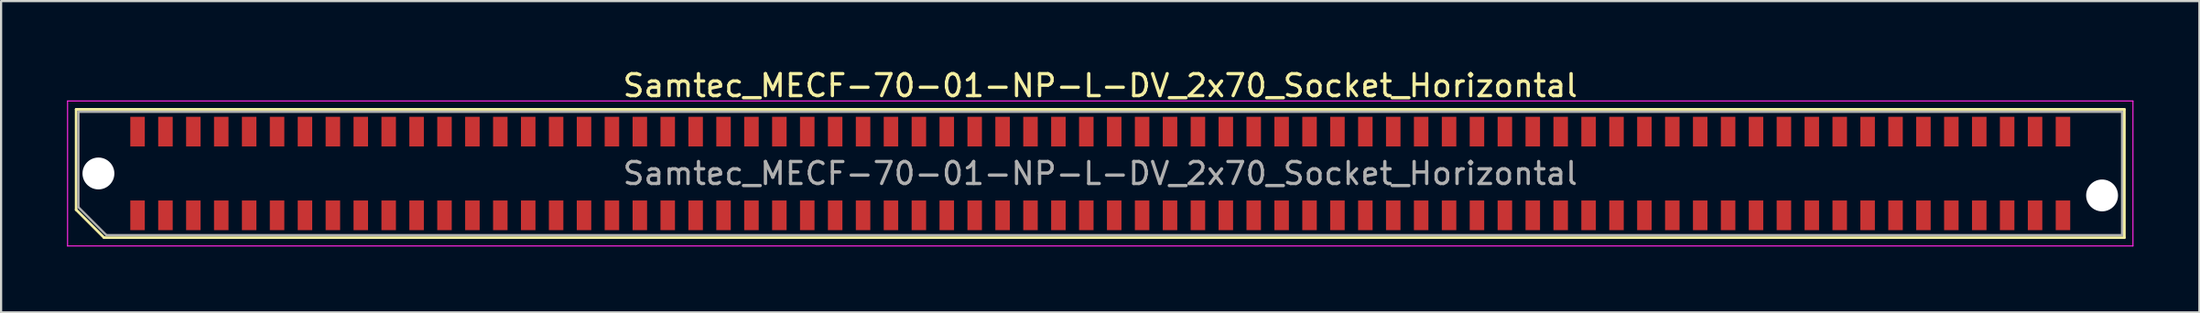
<source format=kicad_pcb>
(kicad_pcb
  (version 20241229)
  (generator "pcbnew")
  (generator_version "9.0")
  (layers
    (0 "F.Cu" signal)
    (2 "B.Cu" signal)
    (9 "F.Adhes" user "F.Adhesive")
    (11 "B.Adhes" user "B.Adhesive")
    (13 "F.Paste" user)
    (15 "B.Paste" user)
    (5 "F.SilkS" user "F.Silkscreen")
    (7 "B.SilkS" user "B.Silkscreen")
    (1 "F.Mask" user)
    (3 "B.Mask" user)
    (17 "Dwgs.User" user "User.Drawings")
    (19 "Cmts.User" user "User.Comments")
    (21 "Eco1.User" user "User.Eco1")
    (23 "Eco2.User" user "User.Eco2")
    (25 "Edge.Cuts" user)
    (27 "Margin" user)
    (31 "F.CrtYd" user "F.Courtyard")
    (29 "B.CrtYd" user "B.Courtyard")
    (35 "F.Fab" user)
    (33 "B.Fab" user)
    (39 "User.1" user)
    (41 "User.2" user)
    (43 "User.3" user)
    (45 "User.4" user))
  (footprint "Samtec_MECF-70-01-NP-L-DV_2x70_Socket_Horizontal"
    (layer "F.Cu")
    (at 47.025 4.848)
    (property "Reference" "Samtec_MECF-70-01-NP-L-DV_2x70_Socket_Horizontal" (at 0 -4 0) (layer "F.SilkS") (effects (font (size 1 1) (thickness 0.15))))
    (attr smd)
    (fp_line (start -46.61 -2.92) (end 46.61 -2.92) (stroke (width 0.12) (type solid)) (layer "F.SilkS"))
    (fp_line (start -46.61 1.65) (end -46.61 -2.92) (stroke (width 0.12) (type solid)) (layer "F.SilkS"))
    (fp_line (start -45.34 2.92) (end -46.61 1.65) (stroke (width 0.12) (type solid)) (layer "F.SilkS"))
    (fp_line (start -45.34 2.92) (end 46.61 2.92) (stroke (width 0.12) (type solid)) (layer "F.SilkS"))
    (fp_line (start 46.61 2.92) (end 46.61 -2.92) (stroke (width 0.12) (type solid)) (layer "F.SilkS"))
    (fp_line (start -47 -3.3) (end -47 3.3) (stroke (width 0.05) (type solid)) (layer "F.CrtYd"))
    (fp_line (start -47 3.3) (end 47 3.3) (stroke (width 0.05) (type solid)) (layer "F.CrtYd"))
    (fp_line (start 47 -3.3) (end -47 -3.3) (stroke (width 0.05) (type solid)) (layer "F.CrtYd"))
    (fp_line (start 47 3.3) (end 47 -3.3) (stroke (width 0.05) (type solid)) (layer "F.CrtYd"))
    (fp_line (start -46.505 -2.805) (end 46.505 -2.805) (stroke (width 0.1) (type solid)) (layer "F.Fab"))
    (fp_line (start -46.505 1.535) (end -46.505 -2.805) (stroke (width 0.1) (type solid)) (layer "F.Fab"))
    (fp_line (start -46.505 1.535) (end -45.235 2.805) (stroke (width 0.1) (type solid)) (layer "F.Fab"))
    (fp_line (start -45.235 2.805) (end 46.505 2.805) (stroke (width 0.1) (type solid)) (layer "F.Fab"))
    (fp_line (start 46.505 2.805) (end 46.505 -2.805) (stroke (width 0.1) (type solid)) (layer "F.Fab"))
    (fp_text user "${REFERENCE}" (at 0 0 0) (layer "F.Fab") (effects (font (size 1 1) (thickness 0.15))))
    (pad "" np_thru_hole circle (at -45.595 0) (size 1.45 1.45) (drill 1.45) (layers "*.Cu" "*.Mask"))
    (pad "" np_thru_hole circle (at 45.595 1) (size 1.45 1.45) (drill 1.45) (layers "*.Cu" "*.Mask"))
    (pad "1" smd rect (at -43.815 1.905) (size 0.66 1.35) (layers "F.Cu" "F.Mask" "F.Paste"))
    (pad "2" smd rect (at -43.815 -1.905) (size 0.66 1.35) (layers "F.Cu" "F.Mask" "F.Paste"))
    (pad "3" smd rect (at -42.545 1.905) (size 0.66 1.35) (layers "F.Cu" "F.Mask" "F.Paste"))
    (pad "4" smd rect (at -42.545 -1.905) (size 0.66 1.35) (layers "F.Cu" "F.Mask" "F.Paste"))
    (pad "5" smd rect (at -41.275 1.905) (size 0.66 1.35) (layers "F.Cu" "F.Mask" "F.Paste"))
    (pad "6" smd rect (at -41.275 -1.905) (size 0.66 1.35) (layers "F.Cu" "F.Mask" "F.Paste"))
    (pad "7" smd rect (at -40.005 1.905) (size 0.66 1.35) (layers "F.Cu" "F.Mask" "F.Paste"))
    (pad "8" smd rect (at -40.005 -1.905) (size 0.66 1.35) (layers "F.Cu" "F.Mask" "F.Paste"))
    (pad "9" smd rect (at -38.735 1.905) (size 0.66 1.35) (layers "F.Cu" "F.Mask" "F.Paste"))
    (pad "10" smd rect (at -38.735 -1.905) (size 0.66 1.35) (layers "F.Cu" "F.Mask" "F.Paste"))
    (pad "11" smd rect (at -37.465 1.905) (size 0.66 1.35) (layers "F.Cu" "F.Mask" "F.Paste"))
    (pad "12" smd rect (at -37.465 -1.905) (size 0.66 1.35) (layers "F.Cu" "F.Mask" "F.Paste"))
    (pad "13" smd rect (at -36.195 1.905) (size 0.66 1.35) (layers "F.Cu" "F.Mask" "F.Paste"))
    (pad "14" smd rect (at -36.195 -1.905) (size 0.66 1.35) (layers "F.Cu" "F.Mask" "F.Paste"))
    (pad "15" smd rect (at -34.925 1.905) (size 0.66 1.35) (layers "F.Cu" "F.Mask" "F.Paste"))
    (pad "16" smd rect (at -34.925 -1.905) (size 0.66 1.35) (layers "F.Cu" "F.Mask" "F.Paste"))
    (pad "17" smd rect (at -33.655 1.905) (size 0.66 1.35) (layers "F.Cu" "F.Mask" "F.Paste"))
    (pad "18" smd rect (at -33.655 -1.905) (size 0.66 1.35) (layers "F.Cu" "F.Mask" "F.Paste"))
    (pad "19" smd rect (at -32.385 1.905) (size 0.66 1.35) (layers "F.Cu" "F.Mask" "F.Paste"))
    (pad "20" smd rect (at -32.385 -1.905) (size 0.66 1.35) (layers "F.Cu" "F.Mask" "F.Paste"))
    (pad "21" smd rect (at -31.115 1.905) (size 0.66 1.35) (layers "F.Cu" "F.Mask" "F.Paste"))
    (pad "22" smd rect (at -31.115 -1.905) (size 0.66 1.35) (layers "F.Cu" "F.Mask" "F.Paste"))
    (pad "23" smd rect (at -29.845 1.905) (size 0.66 1.35) (layers "F.Cu" "F.Mask" "F.Paste"))
    (pad "24" smd rect (at -29.845 -1.905) (size 0.66 1.35) (layers "F.Cu" "F.Mask" "F.Paste"))
    (pad "25" smd rect (at -28.575 1.905) (size 0.66 1.35) (layers "F.Cu" "F.Mask" "F.Paste"))
    (pad "26" smd rect (at -28.575 -1.905) (size 0.66 1.35) (layers "F.Cu" "F.Mask" "F.Paste"))
    (pad "27" smd rect (at -27.305 1.905) (size 0.66 1.35) (layers "F.Cu" "F.Mask" "F.Paste"))
    (pad "28" smd rect (at -27.305 -1.905) (size 0.66 1.35) (layers "F.Cu" "F.Mask" "F.Paste"))
    (pad "29" smd rect (at -26.035 1.905) (size 0.66 1.35) (layers "F.Cu" "F.Mask" "F.Paste"))
    (pad "30" smd rect (at -26.035 -1.905) (size 0.66 1.35) (layers "F.Cu" "F.Mask" "F.Paste"))
    (pad "31" smd rect (at -24.765 1.905) (size 0.66 1.35) (layers "F.Cu" "F.Mask" "F.Paste"))
    (pad "32" smd rect (at -24.765 -1.905) (size 0.66 1.35) (layers "F.Cu" "F.Mask" "F.Paste"))
    (pad "33" smd rect (at -23.495 1.905) (size 0.66 1.35) (layers "F.Cu" "F.Mask" "F.Paste"))
    (pad "34" smd rect (at -23.495 -1.905) (size 0.66 1.35) (layers "F.Cu" "F.Mask" "F.Paste"))
    (pad "35" smd rect (at -22.225 1.905) (size 0.66 1.35) (layers "F.Cu" "F.Mask" "F.Paste"))
    (pad "36" smd rect (at -22.225 -1.905) (size 0.66 1.35) (layers "F.Cu" "F.Mask" "F.Paste"))
    (pad "37" smd rect (at -20.955 1.905) (size 0.66 1.35) (layers "F.Cu" "F.Mask" "F.Paste"))
    (pad "38" smd rect (at -20.955 -1.905) (size 0.66 1.35) (layers "F.Cu" "F.Mask" "F.Paste"))
    (pad "39" smd rect (at -19.685 1.905) (size 0.66 1.35) (layers "F.Cu" "F.Mask" "F.Paste"))
    (pad "40" smd rect (at -19.685 -1.905) (size 0.66 1.35) (layers "F.Cu" "F.Mask" "F.Paste"))
    (pad "41" smd rect (at -18.415 1.905) (size 0.66 1.35) (layers "F.Cu" "F.Mask" "F.Paste"))
    (pad "42" smd rect (at -18.415 -1.905) (size 0.66 1.35) (layers "F.Cu" "F.Mask" "F.Paste"))
    (pad "43" smd rect (at -17.145 1.905) (size 0.66 1.35) (layers "F.Cu" "F.Mask" "F.Paste"))
    (pad "44" smd rect (at -17.145 -1.905) (size 0.66 1.35) (layers "F.Cu" "F.Mask" "F.Paste"))
    (pad "45" smd rect (at -15.875 1.905) (size 0.66 1.35) (layers "F.Cu" "F.Mask" "F.Paste"))
    (pad "46" smd rect (at -15.875 -1.905) (size 0.66 1.35) (layers "F.Cu" "F.Mask" "F.Paste"))
    (pad "47" smd rect (at -14.605 1.905) (size 0.66 1.35) (layers "F.Cu" "F.Mask" "F.Paste"))
    (pad "48" smd rect (at -14.605 -1.905) (size 0.66 1.35) (layers "F.Cu" "F.Mask" "F.Paste"))
    (pad "49" smd rect (at -13.335 1.905) (size 0.66 1.35) (layers "F.Cu" "F.Mask" "F.Paste"))
    (pad "50" smd rect (at -13.335 -1.905) (size 0.66 1.35) (layers "F.Cu" "F.Mask" "F.Paste"))
    (pad "51" smd rect (at -12.065 1.905) (size 0.66 1.35) (layers "F.Cu" "F.Mask" "F.Paste"))
    (pad "52" smd rect (at -12.065 -1.905) (size 0.66 1.35) (layers "F.Cu" "F.Mask" "F.Paste"))
    (pad "53" smd rect (at -10.795 1.905) (size 0.66 1.35) (layers "F.Cu" "F.Mask" "F.Paste"))
    (pad "54" smd rect (at -10.795 -1.905) (size 0.66 1.35) (layers "F.Cu" "F.Mask" "F.Paste"))
    (pad "55" smd rect (at -9.525 1.905) (size 0.66 1.35) (layers "F.Cu" "F.Mask" "F.Paste"))
    (pad "56" smd rect (at -9.525 -1.905) (size 0.66 1.35) (layers "F.Cu" "F.Mask" "F.Paste"))
    (pad "57" smd rect (at -8.255 1.905) (size 0.66 1.35) (layers "F.Cu" "F.Mask" "F.Paste"))
    (pad "58" smd rect (at -8.255 -1.905) (size 0.66 1.35) (layers "F.Cu" "F.Mask" "F.Paste"))
    (pad "59" smd rect (at -6.985 1.905) (size 0.66 1.35) (layers "F.Cu" "F.Mask" "F.Paste"))
    (pad "60" smd rect (at -6.985 -1.905) (size 0.66 1.35) (layers "F.Cu" "F.Mask" "F.Paste"))
    (pad "61" smd rect (at -5.715 1.905) (size 0.66 1.35) (layers "F.Cu" "F.Mask" "F.Paste"))
    (pad "62" smd rect (at -5.715 -1.905) (size 0.66 1.35) (layers "F.Cu" "F.Mask" "F.Paste"))
    (pad "63" smd rect (at -4.445 1.905) (size 0.66 1.35) (layers "F.Cu" "F.Mask" "F.Paste"))
    (pad "64" smd rect (at -4.445 -1.905) (size 0.66 1.35) (layers "F.Cu" "F.Mask" "F.Paste"))
    (pad "65" smd rect (at -3.175 1.905) (size 0.66 1.35) (layers "F.Cu" "F.Mask" "F.Paste"))
    (pad "66" smd rect (at -3.175 -1.905) (size 0.66 1.35) (layers "F.Cu" "F.Mask" "F.Paste"))
    (pad "67" smd rect (at -1.905 1.905) (size 0.66 1.35) (layers "F.Cu" "F.Mask" "F.Paste"))
    (pad "68" smd rect (at -1.905 -1.905) (size 0.66 1.35) (layers "F.Cu" "F.Mask" "F.Paste"))
    (pad "69" smd rect (at -0.635 1.905) (size 0.66 1.35) (layers "F.Cu" "F.Mask" "F.Paste"))
    (pad "70" smd rect (at -0.635 -1.905) (size 0.66 1.35) (layers "F.Cu" "F.Mask" "F.Paste"))
    (pad "71" smd rect (at 0.635 1.905) (size 0.66 1.35) (layers "F.Cu" "F.Mask" "F.Paste"))
    (pad "72" smd rect (at 0.635 -1.905) (size 0.66 1.35) (layers "F.Cu" "F.Mask" "F.Paste"))
    (pad "73" smd rect (at 1.905 1.905) (size 0.66 1.35) (layers "F.Cu" "F.Mask" "F.Paste"))
    (pad "74" smd rect (at 1.905 -1.905) (size 0.66 1.35) (layers "F.Cu" "F.Mask" "F.Paste"))
    (pad "75" smd rect (at 3.175 1.905) (size 0.66 1.35) (layers "F.Cu" "F.Mask" "F.Paste"))
    (pad "76" smd rect (at 3.175 -1.905) (size 0.66 1.35) (layers "F.Cu" "F.Mask" "F.Paste"))
    (pad "77" smd rect (at 4.445 1.905) (size 0.66 1.35) (layers "F.Cu" "F.Mask" "F.Paste"))
    (pad "78" smd rect (at 4.445 -1.905) (size 0.66 1.35) (layers "F.Cu" "F.Mask" "F.Paste"))
    (pad "79" smd rect (at 5.715 1.905) (size 0.66 1.35) (layers "F.Cu" "F.Mask" "F.Paste"))
    (pad "80" smd rect (at 5.715 -1.905) (size 0.66 1.35) (layers "F.Cu" "F.Mask" "F.Paste"))
    (pad "81" smd rect (at 6.985 1.905) (size 0.66 1.35) (layers "F.Cu" "F.Mask" "F.Paste"))
    (pad "82" smd rect (at 6.985 -1.905) (size 0.66 1.35) (layers "F.Cu" "F.Mask" "F.Paste"))
    (pad "83" smd rect (at 8.255 1.905) (size 0.66 1.35) (layers "F.Cu" "F.Mask" "F.Paste"))
    (pad "84" smd rect (at 8.255 -1.905) (size 0.66 1.35) (layers "F.Cu" "F.Mask" "F.Paste"))
    (pad "85" smd rect (at 9.525 1.905) (size 0.66 1.35) (layers "F.Cu" "F.Mask" "F.Paste"))
    (pad "86" smd rect (at 9.525 -1.905) (size 0.66 1.35) (layers "F.Cu" "F.Mask" "F.Paste"))
    (pad "87" smd rect (at 10.795 1.905) (size 0.66 1.35) (layers "F.Cu" "F.Mask" "F.Paste"))
    (pad "88" smd rect (at 10.795 -1.905) (size 0.66 1.35) (layers "F.Cu" "F.Mask" "F.Paste"))
    (pad "89" smd rect (at 12.065 1.905) (size 0.66 1.35) (layers "F.Cu" "F.Mask" "F.Paste"))
    (pad "90" smd rect (at 12.065 -1.905) (size 0.66 1.35) (layers "F.Cu" "F.Mask" "F.Paste"))
    (pad "91" smd rect (at 13.335 1.905) (size 0.66 1.35) (layers "F.Cu" "F.Mask" "F.Paste"))
    (pad "92" smd rect (at 13.335 -1.905) (size 0.66 1.35) (layers "F.Cu" "F.Mask" "F.Paste"))
    (pad "93" smd rect (at 14.605 1.905) (size 0.66 1.35) (layers "F.Cu" "F.Mask" "F.Paste"))
    (pad "94" smd rect (at 14.605 -1.905) (size 0.66 1.35) (layers "F.Cu" "F.Mask" "F.Paste"))
    (pad "95" smd rect (at 15.875 1.905) (size 0.66 1.35) (layers "F.Cu" "F.Mask" "F.Paste"))
    (pad "96" smd rect (at 15.875 -1.905) (size 0.66 1.35) (layers "F.Cu" "F.Mask" "F.Paste"))
    (pad "97" smd rect (at 17.145 1.905) (size 0.66 1.35) (layers "F.Cu" "F.Mask" "F.Paste"))
    (pad "98" smd rect (at 17.145 -1.905) (size 0.66 1.35) (layers "F.Cu" "F.Mask" "F.Paste"))
    (pad "99" smd rect (at 18.415 1.905) (size 0.66 1.35) (layers "F.Cu" "F.Mask" "F.Paste"))
    (pad "100" smd rect (at 18.415 -1.905) (size 0.66 1.35) (layers "F.Cu" "F.Mask" "F.Paste"))
    (pad "101" smd rect (at 19.685 1.905) (size 0.66 1.35) (layers "F.Cu" "F.Mask" "F.Paste"))
    (pad "102" smd rect (at 19.685 -1.905) (size 0.66 1.35) (layers "F.Cu" "F.Mask" "F.Paste"))
    (pad "103" smd rect (at 20.955 1.905) (size 0.66 1.35) (layers "F.Cu" "F.Mask" "F.Paste"))
    (pad "104" smd rect (at 20.955 -1.905) (size 0.66 1.35) (layers "F.Cu" "F.Mask" "F.Paste"))
    (pad "105" smd rect (at 22.225 1.905) (size 0.66 1.35) (layers "F.Cu" "F.Mask" "F.Paste"))
    (pad "106" smd rect (at 22.225 -1.905) (size 0.66 1.35) (layers "F.Cu" "F.Mask" "F.Paste"))
    (pad "107" smd rect (at 23.495 1.905) (size 0.66 1.35) (layers "F.Cu" "F.Mask" "F.Paste"))
    (pad "108" smd rect (at 23.495 -1.905) (size 0.66 1.35) (layers "F.Cu" "F.Mask" "F.Paste"))
    (pad "109" smd rect (at 24.765 1.905) (size 0.66 1.35) (layers "F.Cu" "F.Mask" "F.Paste"))
    (pad "110" smd rect (at 24.765 -1.905) (size 0.66 1.35) (layers "F.Cu" "F.Mask" "F.Paste"))
    (pad "111" smd rect (at 26.035 1.905) (size 0.66 1.35) (layers "F.Cu" "F.Mask" "F.Paste"))
    (pad "112" smd rect (at 26.035 -1.905) (size 0.66 1.35) (layers "F.Cu" "F.Mask" "F.Paste"))
    (pad "113" smd rect (at 27.305 1.905) (size 0.66 1.35) (layers "F.Cu" "F.Mask" "F.Paste"))
    (pad "114" smd rect (at 27.305 -1.905) (size 0.66 1.35) (layers "F.Cu" "F.Mask" "F.Paste"))
    (pad "115" smd rect (at 28.575 1.905) (size 0.66 1.35) (layers "F.Cu" "F.Mask" "F.Paste"))
    (pad "116" smd rect (at 28.575 -1.905) (size 0.66 1.35) (layers "F.Cu" "F.Mask" "F.Paste"))
    (pad "117" smd rect (at 29.845 1.905) (size 0.66 1.35) (layers "F.Cu" "F.Mask" "F.Paste"))
    (pad "118" smd rect (at 29.845 -1.905) (size 0.66 1.35) (layers "F.Cu" "F.Mask" "F.Paste"))
    (pad "119" smd rect (at 31.115 1.905) (size 0.66 1.35) (layers "F.Cu" "F.Mask" "F.Paste"))
    (pad "120" smd rect (at 31.115 -1.905) (size 0.66 1.35) (layers "F.Cu" "F.Mask" "F.Paste"))
    (pad "121" smd rect (at 32.385 1.905) (size 0.66 1.35) (layers "F.Cu" "F.Mask" "F.Paste"))
    (pad "122" smd rect (at 32.385 -1.905) (size 0.66 1.35) (layers "F.Cu" "F.Mask" "F.Paste"))
    (pad "123" smd rect (at 33.655 1.905) (size 0.66 1.35) (layers "F.Cu" "F.Mask" "F.Paste"))
    (pad "124" smd rect (at 33.655 -1.905) (size 0.66 1.35) (layers "F.Cu" "F.Mask" "F.Paste"))
    (pad "125" smd rect (at 34.925 1.905) (size 0.66 1.35) (layers "F.Cu" "F.Mask" "F.Paste"))
    (pad "126" smd rect (at 34.925 -1.905) (size 0.66 1.35) (layers "F.Cu" "F.Mask" "F.Paste"))
    (pad "127" smd rect (at 36.195 1.905) (size 0.66 1.35) (layers "F.Cu" "F.Mask" "F.Paste"))
    (pad "128" smd rect (at 36.195 -1.905) (size 0.66 1.35) (layers "F.Cu" "F.Mask" "F.Paste"))
    (pad "129" smd rect (at 37.465 1.905) (size 0.66 1.35) (layers "F.Cu" "F.Mask" "F.Paste"))
    (pad "130" smd rect (at 37.465 -1.905) (size 0.66 1.35) (layers "F.Cu" "F.Mask" "F.Paste"))
    (pad "131" smd rect (at 38.735 1.905) (size 0.66 1.35) (layers "F.Cu" "F.Mask" "F.Paste"))
    (pad "132" smd rect (at 38.735 -1.905) (size 0.66 1.35) (layers "F.Cu" "F.Mask" "F.Paste"))
    (pad "133" smd rect (at 40.005 1.905) (size 0.66 1.35) (layers "F.Cu" "F.Mask" "F.Paste"))
    (pad "134" smd rect (at 40.005 -1.905) (size 0.66 1.35) (layers "F.Cu" "F.Mask" "F.Paste"))
    (pad "135" smd rect (at 41.275 1.905) (size 0.66 1.35) (layers "F.Cu" "F.Mask" "F.Paste"))
    (pad "136" smd rect (at 41.275 -1.905) (size 0.66 1.35) (layers "F.Cu" "F.Mask" "F.Paste"))
    (pad "137" smd rect (at 42.545 1.905) (size 0.66 1.35) (layers "F.Cu" "F.Mask" "F.Paste"))
    (pad "138" smd rect (at 42.545 -1.905) (size 0.66 1.35) (layers "F.Cu" "F.Mask" "F.Paste"))
    (pad "139" smd rect (at 43.815 1.905) (size 0.66 1.35) (layers "F.Cu" "F.Mask" "F.Paste"))
    (pad "140" smd rect (at 43.815 -1.905) (size 0.66 1.35) (layers "F.Cu" "F.Mask" "F.Paste")))
  (gr_rect
    (start -3 -3)
    (end 97.05 11.173)
    (stroke (width 0.1) (type default))
    (fill no)
    (layer "Edge.Cuts")))
</source>
